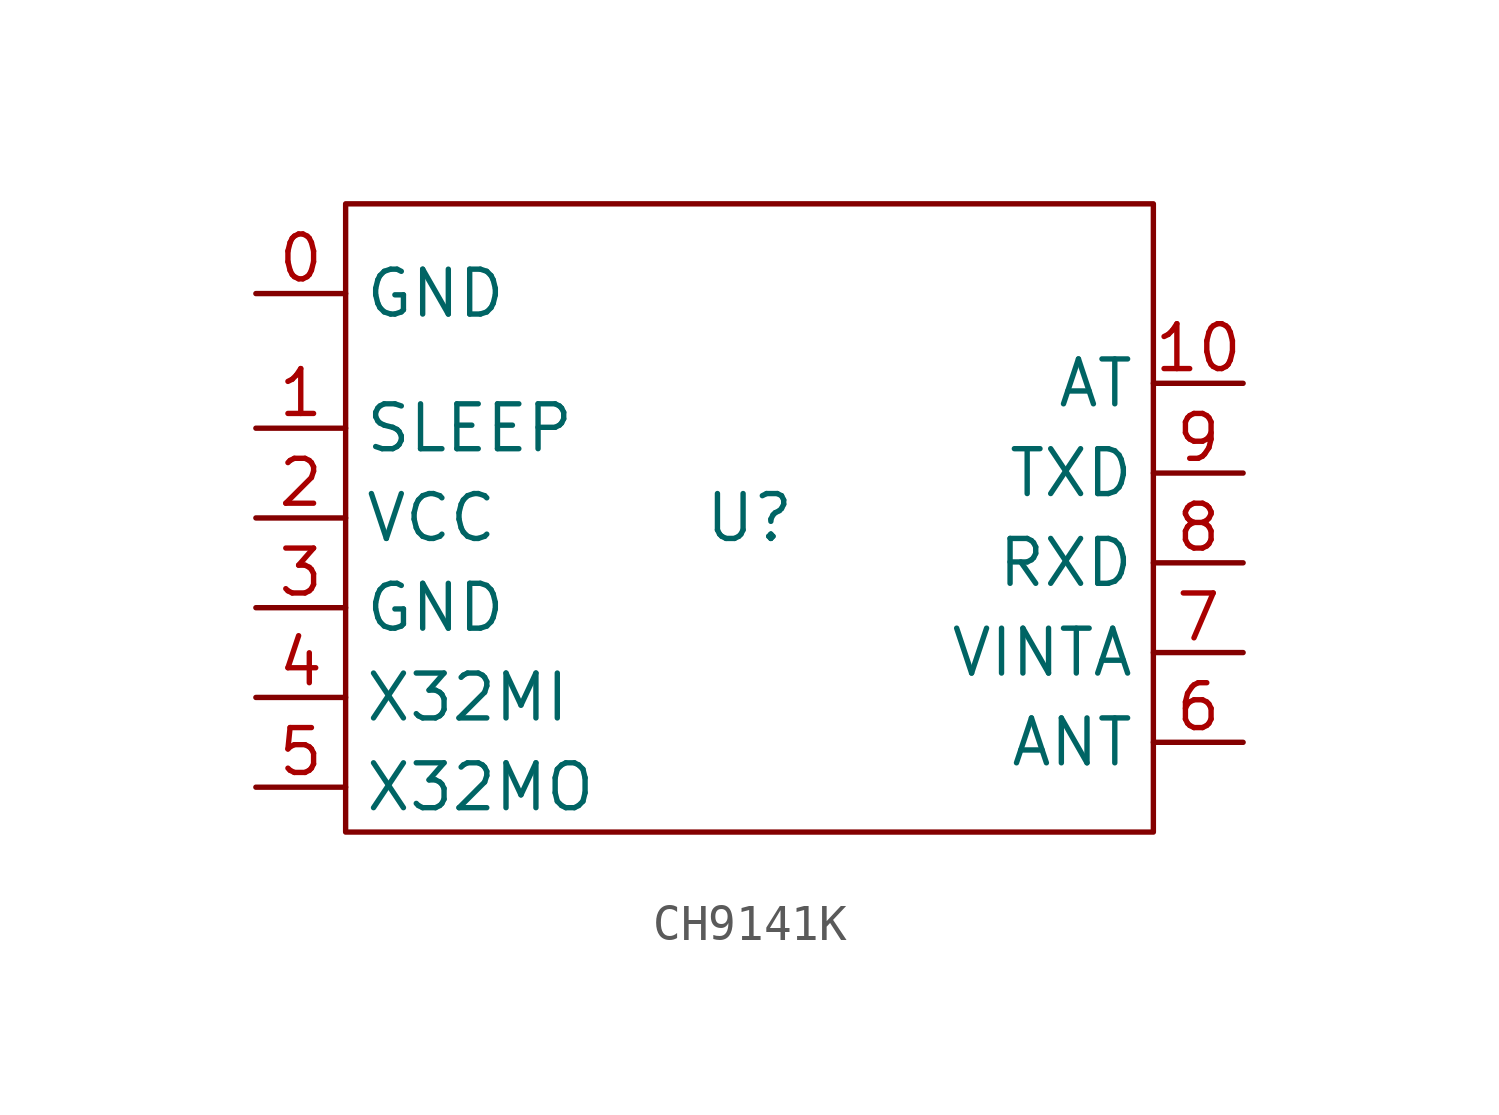
<source format=kicad_sym>
(kicad_symbol_lib
  (version 20220914)
  (generator kicad_symbol_editor)
  (symbol "CH9141K"
    (property "Reference" "U"
      (at 0 0 0)
      (effects (font (size 1.27 1.27))))
    (property "Value" ""
      (at 0 0 0)
      (effects (font (size 1.27 1.27))))
    (symbol "CH9141K_0_1"
      (rectangle (start -11.43 8.89) (end 11.43 -8.89) (stroke (width 0) (type default)) (fill (type none))))
    (symbol "CH9141K_1_1"
      (pin power_in line (at -13.97 6.35 0) (length 2.54) (name "GND" (effects (font (size 1.27 1.27)))) (number "0" (effects (font (size 1.27 1.27)))))
      (pin input line (at -13.97 2.54 0) (length 2.54) (name "SLEEP" (effects (font (size 1.27 1.27)))) (number "1" (effects (font (size 1.27 1.27)))))
      (pin input line (at 13.97 3.81 180) (length 2.54) (name "AT" (effects (font (size 1.27 1.27)))) (number "10" (effects (font (size 1.27 1.27)))))
      (pin power_in line (at -13.97 0 0) (length 2.54) (name "VCC" (effects (font (size 1.27 1.27)))) (number "2" (effects (font (size 1.27 1.27)))))
      (pin power_in line (at -13.97 -2.54 0) (length 2.54) (name "GND" (effects (font (size 1.27 1.27)))) (number "3" (effects (font (size 1.27 1.27)))))
      (pin input line (at -13.97 -5.08 0) (length 2.54) (name "X32MI" (effects (font (size 1.27 1.27)))) (number "4" (effects (font (size 1.27 1.27)))))
      (pin output line (at -13.97 -7.62 0) (length 2.54) (name "X32MO" (effects (font (size 1.27 1.27)))) (number "5" (effects (font (size 1.27 1.27)))))
      (pin bidirectional line (at 13.97 -6.35 180) (length 2.54) (name "ANT" (effects (font (size 1.27 1.27)))) (number "6" (effects (font (size 1.27 1.27)))))
      (pin bidirectional line (at 13.97 -3.81 180) (length 2.54) (name "VINTA" (effects (font (size 1.27 1.27)))) (number "7" (effects (font (size 1.27 1.27)))))
      (pin input line (at 13.97 -1.27 180) (length 2.54) (name "RXD" (effects (font (size 1.27 1.27)))) (number "8" (effects (font (size 1.27 1.27)))))
      (pin output line (at 13.97 1.27 180) (length 2.54) (name "TXD" (effects (font (size 1.27 1.27)))) (number "9" (effects (font (size 1.27 1.27))))))))
</source>
